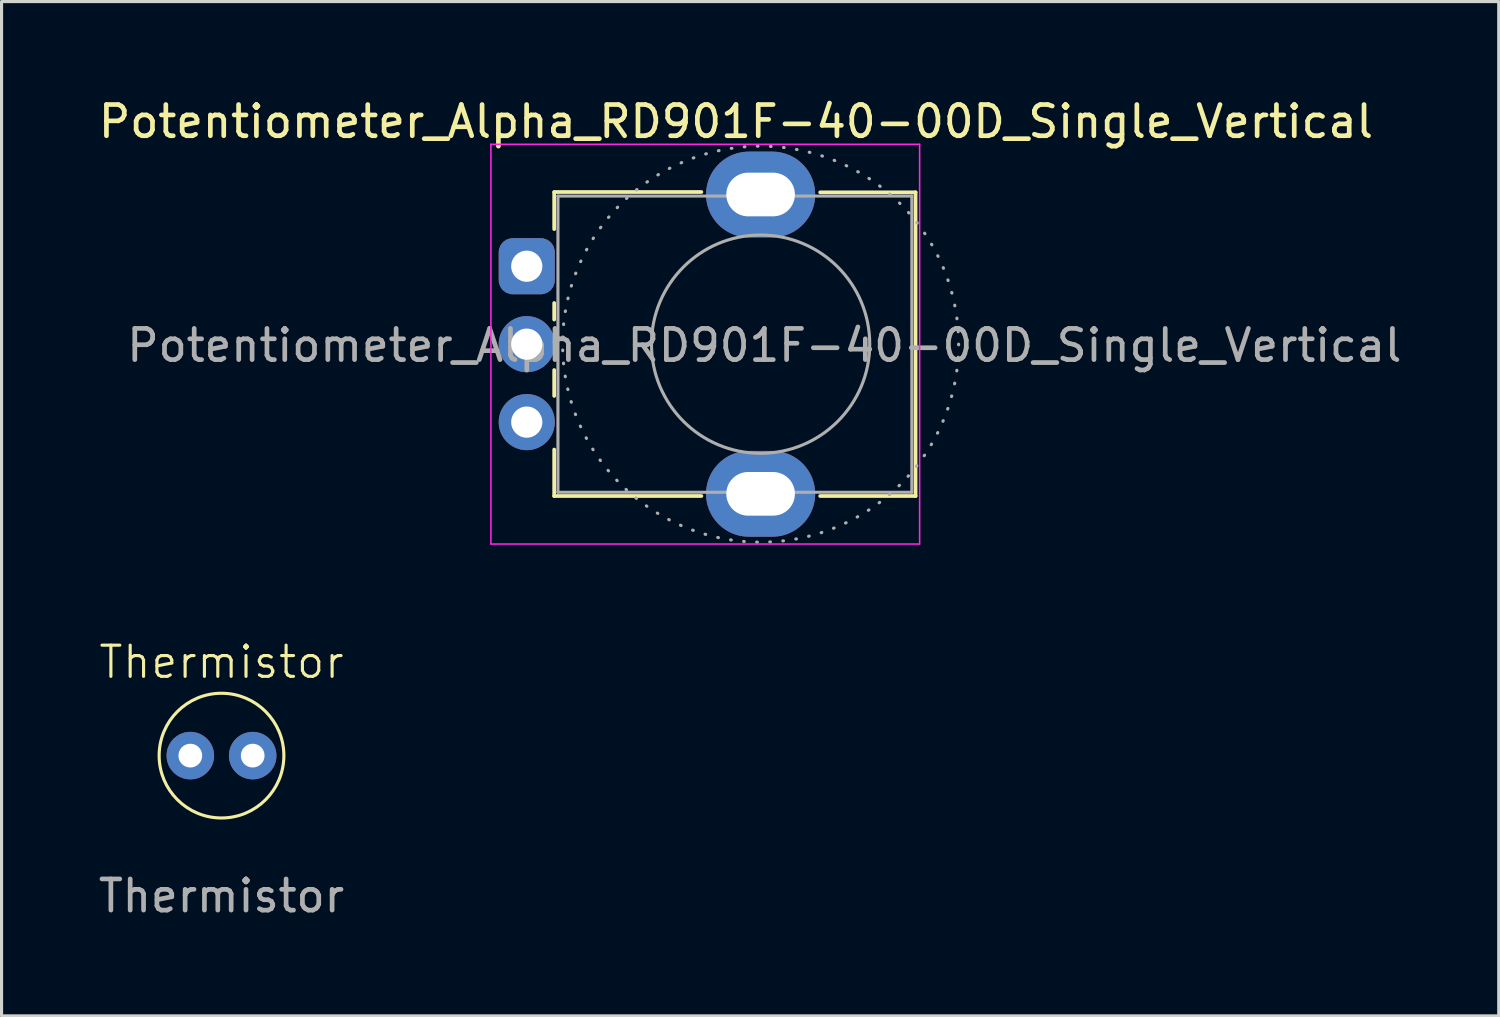
<source format=kicad_pcb>
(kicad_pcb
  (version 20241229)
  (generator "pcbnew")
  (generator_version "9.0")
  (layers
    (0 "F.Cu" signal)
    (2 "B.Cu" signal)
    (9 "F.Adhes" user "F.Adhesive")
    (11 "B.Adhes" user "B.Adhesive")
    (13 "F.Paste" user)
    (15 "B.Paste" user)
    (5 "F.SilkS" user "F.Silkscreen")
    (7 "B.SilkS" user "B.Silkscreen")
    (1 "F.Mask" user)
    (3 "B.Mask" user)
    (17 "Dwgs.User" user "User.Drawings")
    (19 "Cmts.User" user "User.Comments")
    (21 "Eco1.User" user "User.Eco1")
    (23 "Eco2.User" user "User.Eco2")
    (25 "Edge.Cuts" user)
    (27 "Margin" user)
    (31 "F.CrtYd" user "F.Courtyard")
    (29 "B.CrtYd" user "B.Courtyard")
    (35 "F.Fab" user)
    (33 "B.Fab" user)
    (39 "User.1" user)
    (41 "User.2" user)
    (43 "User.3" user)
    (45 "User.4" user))
  (footprint "Thermistor"
    (layer "F.Cu")
    (at 4.054 23.184)
    (property "Reference" "Thermistor" (at 0 -5 0) (unlocked yes) (layer "F.SilkS") (effects (font (size 1 1) (thickness 0.1))))
    (attr through_hole)
    (fp_circle (center 0 -2) (end 2 -2) (stroke (width 0.1) (type default)) (fill no) (layer "F.SilkS"))
    (fp_text user "${REFERENCE}" (at 0 2.5 0) (unlocked yes) (layer "F.Fab") (effects (font (size 1 1) (thickness 0.15))))
    (pad "1" thru_hole circle (at 1 -2) (size 1.524 1.524) (drill 0.762) (layers "*.Cu" "*.Mask"))
    (pad "2" thru_hole circle (at -1 -2) (size 1.524 1.524) (drill 0.762) (layers "*.Cu" "*.Mask")))
  (footprint "Potentiometer_Alpha_RD901F-40-00D_Single_Vertical"
    (layer "F.Cu")
    (at 13.844 5.488)
    (property "Reference" "Potentiometer_Alpha_RD901F-40-00D_Single_Vertical" (at 6.71 -4.64 180) (layer "F.SilkS") (effects (font (size 1 1) (thickness 0.15))))
    (attr through_hole)
    (fp_line (start 0.88 -2.38) (end 5.6 -2.38) (stroke (width 0.12) (type solid)) (layer "F.SilkS"))
    (fp_line (start 0.88 -1.19) (end 0.88 -2.37) (stroke (width 0.12) (type solid)) (layer "F.SilkS"))
    (fp_line (start 0.88 1.71) (end 0.88 1.18) (stroke (width 0.12) (type solid)) (layer "F.SilkS"))
    (fp_line (start 0.88 4.16) (end 0.88 3.33) (stroke (width 0.12) (type solid)) (layer "F.SilkS"))
    (fp_line (start 0.88 7.37) (end 0.88 5.88) (stroke (width 0.12) (type solid)) (layer "F.SilkS"))
    (fp_line (start 0.88 7.37) (end 5.6 7.37) (stroke (width 0.12) (type solid)) (layer "F.SilkS"))
    (fp_line (start 9.41 -2.37) (end 12.47 -2.37) (stroke (width 0.12) (type solid)) (layer "F.SilkS"))
    (fp_line (start 9.41 7.37) (end 12.47 7.37) (stroke (width 0.12) (type solid)) (layer "F.SilkS"))
    (fp_line (start 12.47 7.37) (end 12.47 -2.37) (stroke (width 0.12) (type solid)) (layer "F.SilkS"))
    (fp_line (start -1.15 -3.91) (end -1.15 8.91) (stroke (width 0.05) (type solid)) (layer "F.CrtYd"))
    (fp_line (start -1.15 8.91) (end 12.6 8.91) (stroke (width 0.05) (type solid)) (layer "F.CrtYd"))
    (fp_line (start 12.6 -3.91) (end -1.15 -3.91) (stroke (width 0.05) (type solid)) (layer "F.CrtYd"))
    (fp_line (start 12.6 8.91) (end 12.6 -3.91) (stroke (width 0.05) (type solid)) (layer "F.CrtYd"))
    (fp_line (start 1 -2.25) (end 12.35 -2.25) (stroke (width 0.1) (type solid)) (layer "F.Fab"))
    (fp_line (start 1 7.25) (end 1 -2.25) (stroke (width 0.1) (type solid)) (layer "F.Fab"))
    (fp_line (start 1 7.25) (end 12.35 7.25) (stroke (width 0.1) (type solid)) (layer "F.Fab"))
    (fp_line (start 12.35 7.25) (end 12.35 -2.25) (stroke (width 0.1) (type solid)) (layer "F.Fab"))
    (fp_circle (center 7.5 2.5) (end 7.5 -1) (stroke (width 0.1) (type solid)) (fill no) (layer "F.Fab"))
    (fp_circle (center 7.5 2.5) (end 13.85 2.5) (stroke (width 0.1) (type dot)) (fill no) (layer "F.Fab"))
    (fp_text user "${REFERENCE}" (at 7.62 2.54 0) (layer "F.Fab") (effects (font (size 1 1) (thickness 0.15))))
    (pad "" thru_hole oval (at 7.5 -2.3 90) (size 2.75 3.5) (drill oval 1.4 2.2) (layers "*.Cu" "*.Mask"))
    (pad "" thru_hole oval (at 7.5 7.3 90) (size 2.75 3.5) (drill oval 1.4 2.2) (layers "*.Cu" "*.Mask"))
    (pad "1" thru_hole roundrect (at 0 0 90) (size 1.8 1.8) (drill 1) (layers "*.Cu" "*.Mask") (roundrect_rratio 0.25))
    (pad "2" thru_hole circle (at 0 2.5 90) (size 1.8 1.8) (drill 1) (layers "*.Cu" "*.Mask"))
    (pad "3" thru_hole circle (at 0 5 90) (size 1.8 1.8) (drill 1) (layers "*.Cu" "*.Mask")))
  (gr_rect
    (start -3 -3)
    (end 45.017 29.532)
    (stroke (width 0.1) (type default))
    (fill no)
    (layer "Edge.Cuts")))
</source>
